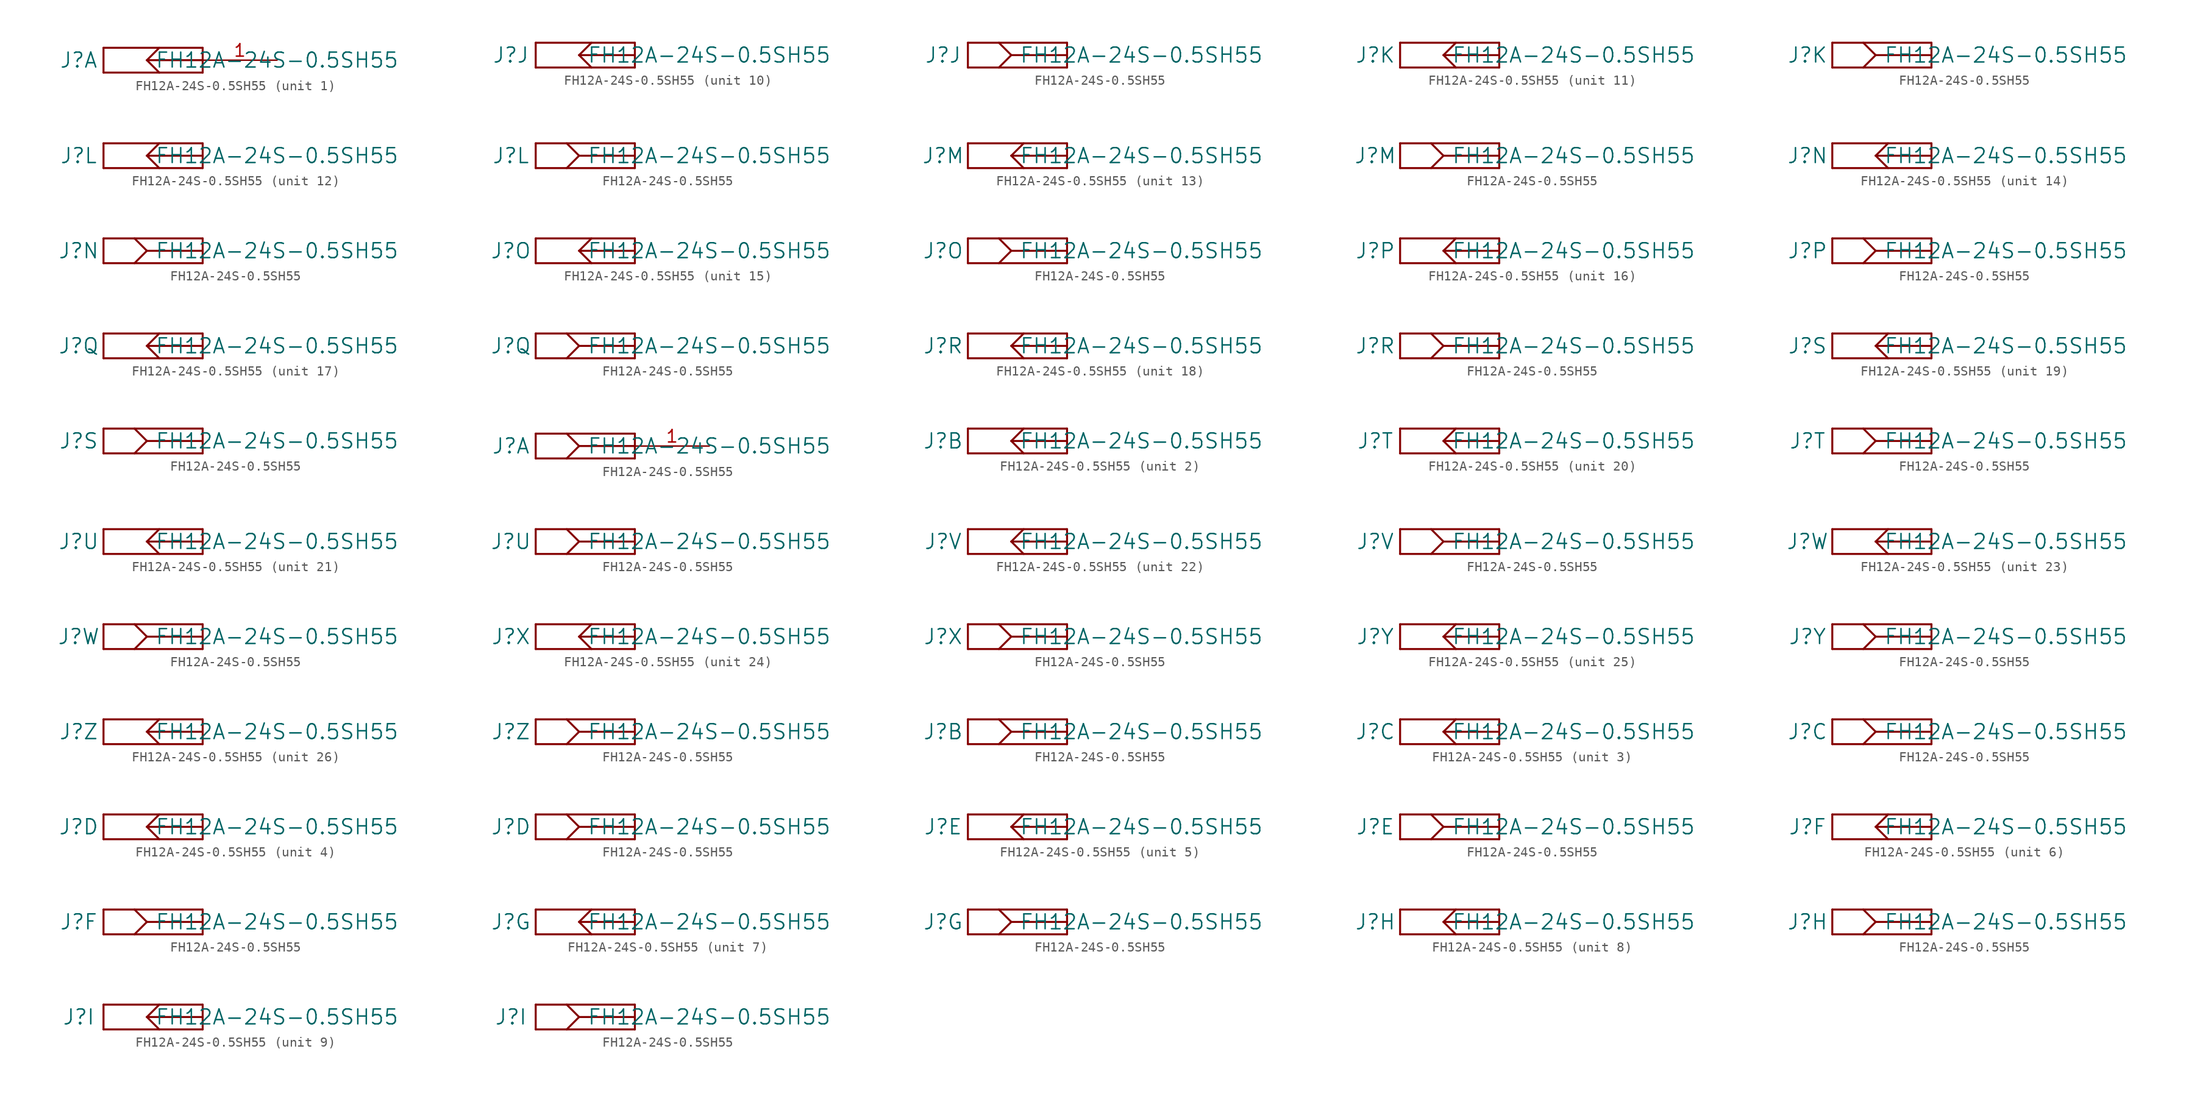
<source format=kicad_sym>
(kicad_symbol_lib
  (version 20211014)
  (generator kicad_symbol_editor)
  (symbol "FH12A-24S-0.5SH55"
    (pin_names
      (offset 0.254))
    (property "Reference" "J"
      (at -20.32 0 0)
      (effects (font (size 1.524 1.524))))
    (property "Value" "FH12A-24S-0.5SH55"
      (at 0 0 0)
      (effects (font (size 1.524 1.524))))
    (symbol "FH12A-24S-0.5SH55_1_1"
      (polyline (pts (xy -17.78 -1.27) (xy -17.78 1.27)) (stroke (width 0.203) (type default) (color 0 0 0 0)) (fill (type none)))
      (polyline (pts (xy -7.62 1.27) (xy -7.62 -1.27)) (stroke (width 0.203) (type default) (color 0 0 0 0)) (fill (type none)))
      (polyline (pts (xy -13.335 0) (xy -12.065 1.27)) (stroke (width 0.203) (type default) (color 0 0 0 0)) (fill (type none)))
      (polyline (pts (xy -13.335 0) (xy -12.065 -1.27)) (stroke (width 0.203) (type default) (color 0 0 0 0)) (fill (type none)))
      (polyline (pts (xy -13.335 0) (xy -7.62 0)) (stroke (width 0.203) (type default) (color 0 0 0 0)) (fill (type none)))
      (polyline (pts (xy -17.78 1.27) (xy -7.62 1.27)) (stroke (width 0.203) (type default) (color 0 0 0 0)) (fill (type none)))
      (polyline (pts (xy -7.62 -1.27) (xy -17.78 -1.27)) (stroke (width 0.203) (type default) (color 0 0 0 0)) (fill (type none)))
      (pin unspecified line (at 0 0 180) (length 7.62) (name "" (effects (font (size 1.27 1.27)))) (number "1" (effects (font (size 1.27 1.27))))))
    (symbol "FH12A-24S-0.5SH55_1_2"
      (polyline (pts (xy -13.335 0) (xy -14.605 1.27)) (stroke (width 0.203) (type default) (color 0 0 0 0)) (fill (type none)))
      (polyline (pts (xy -17.78 -1.27) (xy -17.78 1.27)) (stroke (width 0.203) (type default) (color 0 0 0 0)) (fill (type none)))
      (polyline (pts (xy -13.335 0) (xy -14.605 -1.27)) (stroke (width 0.203) (type default) (color 0 0 0 0)) (fill (type none)))
      (polyline (pts (xy -7.62 1.27) (xy -7.62 -1.27)) (stroke (width 0.203) (type default) (color 0 0 0 0)) (fill (type none)))
      (polyline (pts (xy -13.335 0) (xy -7.62 0)) (stroke (width 0.203) (type default) (color 0 0 0 0)) (fill (type none)))
      (polyline (pts (xy -17.78 1.27) (xy -7.62 1.27)) (stroke (width 0.203) (type default) (color 0 0 0 0)) (fill (type none)))
      (polyline (pts (xy -7.62 -1.27) (xy -17.78 -1.27)) (stroke (width 0.203) (type default) (color 0 0 0 0)) (fill (type none)))
      (pin unspecified line (at 0 0 180) (length 7.62) (name "" (effects (font (size 1.27 1.27)))) (number "1" (effects (font (size 1.27 1.27))))))
    (symbol "FH12A-24S-0.5SH55_2_1"
      (polyline (pts (xy -17.78 -1.27) (xy -17.78 1.27)) (stroke (width 0.203) (type default) (color 0 0 0 0)) (fill (type none)))
      (polyline (pts (xy -7.62 1.27) (xy -7.62 -1.27)) (stroke (width 0.203) (type default) (color 0 0 0 0)) (fill (type none)))
      (polyline (pts (xy -13.335 0) (xy -12.065 1.27)) (stroke (width 0.203) (type default) (color 0 0 0 0)) (fill (type none)))
      (polyline (pts (xy -13.335 0) (xy -12.065 -1.27)) (stroke (width 0.203) (type default) (color 0 0 0 0)) (fill (type none)))
      (polyline (pts (xy -13.335 0) (xy -7.62 0)) (stroke (width 0.203) (type default) (color 0 0 0 0)) (fill (type none)))
      (polyline (pts (xy -17.78 1.27) (xy -7.62 1.27)) (stroke (width 0.203) (type default) (color 0 0 0 0)) (fill (type none)))
      (polyline (pts (xy -7.62 -1.27) (xy -17.78 -1.27)) (stroke (width 0.203) (type default) (color 0 0 0 0)) (fill (type none))))
    (symbol "FH12A-24S-0.5SH55_2_2"
      (polyline (pts (xy -13.335 0) (xy -14.605 1.27)) (stroke (width 0.203) (type default) (color 0 0 0 0)) (fill (type none)))
      (polyline (pts (xy -17.78 -1.27) (xy -17.78 1.27)) (stroke (width 0.203) (type default) (color 0 0 0 0)) (fill (type none)))
      (polyline (pts (xy -13.335 0) (xy -14.605 -1.27)) (stroke (width 0.203) (type default) (color 0 0 0 0)) (fill (type none)))
      (polyline (pts (xy -7.62 1.27) (xy -7.62 -1.27)) (stroke (width 0.203) (type default) (color 0 0 0 0)) (fill (type none)))
      (polyline (pts (xy -13.335 0) (xy -7.62 0)) (stroke (width 0.203) (type default) (color 0 0 0 0)) (fill (type none)))
      (polyline (pts (xy -17.78 1.27) (xy -7.62 1.27)) (stroke (width 0.203) (type default) (color 0 0 0 0)) (fill (type none)))
      (polyline (pts (xy -7.62 -1.27) (xy -17.78 -1.27)) (stroke (width 0.203) (type default) (color 0 0 0 0)) (fill (type none))))
    (symbol "FH12A-24S-0.5SH55_3_1"
      (polyline (pts (xy -17.78 -1.27) (xy -17.78 1.27)) (stroke (width 0.203) (type default) (color 0 0 0 0)) (fill (type none)))
      (polyline (pts (xy -7.62 1.27) (xy -7.62 -1.27)) (stroke (width 0.203) (type default) (color 0 0 0 0)) (fill (type none)))
      (polyline (pts (xy -13.335 0) (xy -12.065 1.27)) (stroke (width 0.203) (type default) (color 0 0 0 0)) (fill (type none)))
      (polyline (pts (xy -13.335 0) (xy -12.065 -1.27)) (stroke (width 0.203) (type default) (color 0 0 0 0)) (fill (type none)))
      (polyline (pts (xy -13.335 0) (xy -7.62 0)) (stroke (width 0.203) (type default) (color 0 0 0 0)) (fill (type none)))
      (polyline (pts (xy -17.78 1.27) (xy -7.62 1.27)) (stroke (width 0.203) (type default) (color 0 0 0 0)) (fill (type none)))
      (polyline (pts (xy -7.62 -1.27) (xy -17.78 -1.27)) (stroke (width 0.203) (type default) (color 0 0 0 0)) (fill (type none))))
    (symbol "FH12A-24S-0.5SH55_3_2"
      (polyline (pts (xy -13.335 0) (xy -14.605 1.27)) (stroke (width 0.203) (type default) (color 0 0 0 0)) (fill (type none)))
      (polyline (pts (xy -17.78 -1.27) (xy -17.78 1.27)) (stroke (width 0.203) (type default) (color 0 0 0 0)) (fill (type none)))
      (polyline (pts (xy -13.335 0) (xy -14.605 -1.27)) (stroke (width 0.203) (type default) (color 0 0 0 0)) (fill (type none)))
      (polyline (pts (xy -7.62 1.27) (xy -7.62 -1.27)) (stroke (width 0.203) (type default) (color 0 0 0 0)) (fill (type none)))
      (polyline (pts (xy -13.335 0) (xy -7.62 0)) (stroke (width 0.203) (type default) (color 0 0 0 0)) (fill (type none)))
      (polyline (pts (xy -17.78 1.27) (xy -7.62 1.27)) (stroke (width 0.203) (type default) (color 0 0 0 0)) (fill (type none)))
      (polyline (pts (xy -7.62 -1.27) (xy -17.78 -1.27)) (stroke (width 0.203) (type default) (color 0 0 0 0)) (fill (type none))))
    (symbol "FH12A-24S-0.5SH55_4_1"
      (polyline (pts (xy -17.78 -1.27) (xy -17.78 1.27)) (stroke (width 0.203) (type default) (color 0 0 0 0)) (fill (type none)))
      (polyline (pts (xy -7.62 1.27) (xy -7.62 -1.27)) (stroke (width 0.203) (type default) (color 0 0 0 0)) (fill (type none)))
      (polyline (pts (xy -13.335 0) (xy -12.065 1.27)) (stroke (width 0.203) (type default) (color 0 0 0 0)) (fill (type none)))
      (polyline (pts (xy -13.335 0) (xy -12.065 -1.27)) (stroke (width 0.203) (type default) (color 0 0 0 0)) (fill (type none)))
      (polyline (pts (xy -13.335 0) (xy -7.62 0)) (stroke (width 0.203) (type default) (color 0 0 0 0)) (fill (type none)))
      (polyline (pts (xy -17.78 1.27) (xy -7.62 1.27)) (stroke (width 0.203) (type default) (color 0 0 0 0)) (fill (type none)))
      (polyline (pts (xy -7.62 -1.27) (xy -17.78 -1.27)) (stroke (width 0.203) (type default) (color 0 0 0 0)) (fill (type none))))
    (symbol "FH12A-24S-0.5SH55_4_2"
      (polyline (pts (xy -13.335 0) (xy -14.605 1.27)) (stroke (width 0.203) (type default) (color 0 0 0 0)) (fill (type none)))
      (polyline (pts (xy -17.78 -1.27) (xy -17.78 1.27)) (stroke (width 0.203) (type default) (color 0 0 0 0)) (fill (type none)))
      (polyline (pts (xy -13.335 0) (xy -14.605 -1.27)) (stroke (width 0.203) (type default) (color 0 0 0 0)) (fill (type none)))
      (polyline (pts (xy -7.62 1.27) (xy -7.62 -1.27)) (stroke (width 0.203) (type default) (color 0 0 0 0)) (fill (type none)))
      (polyline (pts (xy -13.335 0) (xy -7.62 0)) (stroke (width 0.203) (type default) (color 0 0 0 0)) (fill (type none)))
      (polyline (pts (xy -17.78 1.27) (xy -7.62 1.27)) (stroke (width 0.203) (type default) (color 0 0 0 0)) (fill (type none)))
      (polyline (pts (xy -7.62 -1.27) (xy -17.78 -1.27)) (stroke (width 0.203) (type default) (color 0 0 0 0)) (fill (type none))))
    (symbol "FH12A-24S-0.5SH55_5_1"
      (polyline (pts (xy -17.78 -1.27) (xy -17.78 1.27)) (stroke (width 0.203) (type default) (color 0 0 0 0)) (fill (type none)))
      (polyline (pts (xy -7.62 1.27) (xy -7.62 -1.27)) (stroke (width 0.203) (type default) (color 0 0 0 0)) (fill (type none)))
      (polyline (pts (xy -13.335 0) (xy -12.065 1.27)) (stroke (width 0.203) (type default) (color 0 0 0 0)) (fill (type none)))
      (polyline (pts (xy -13.335 0) (xy -12.065 -1.27)) (stroke (width 0.203) (type default) (color 0 0 0 0)) (fill (type none)))
      (polyline (pts (xy -13.335 0) (xy -7.62 0)) (stroke (width 0.203) (type default) (color 0 0 0 0)) (fill (type none)))
      (polyline (pts (xy -17.78 1.27) (xy -7.62 1.27)) (stroke (width 0.203) (type default) (color 0 0 0 0)) (fill (type none)))
      (polyline (pts (xy -7.62 -1.27) (xy -17.78 -1.27)) (stroke (width 0.203) (type default) (color 0 0 0 0)) (fill (type none))))
    (symbol "FH12A-24S-0.5SH55_5_2"
      (polyline (pts (xy -13.335 0) (xy -14.605 1.27)) (stroke (width 0.203) (type default) (color 0 0 0 0)) (fill (type none)))
      (polyline (pts (xy -17.78 -1.27) (xy -17.78 1.27)) (stroke (width 0.203) (type default) (color 0 0 0 0)) (fill (type none)))
      (polyline (pts (xy -13.335 0) (xy -14.605 -1.27)) (stroke (width 0.203) (type default) (color 0 0 0 0)) (fill (type none)))
      (polyline (pts (xy -7.62 1.27) (xy -7.62 -1.27)) (stroke (width 0.203) (type default) (color 0 0 0 0)) (fill (type none)))
      (polyline (pts (xy -13.335 0) (xy -7.62 0)) (stroke (width 0.203) (type default) (color 0 0 0 0)) (fill (type none)))
      (polyline (pts (xy -17.78 1.27) (xy -7.62 1.27)) (stroke (width 0.203) (type default) (color 0 0 0 0)) (fill (type none)))
      (polyline (pts (xy -7.62 -1.27) (xy -17.78 -1.27)) (stroke (width 0.203) (type default) (color 0 0 0 0)) (fill (type none))))
    (symbol "FH12A-24S-0.5SH55_6_1"
      (polyline (pts (xy -17.78 -1.27) (xy -17.78 1.27)) (stroke (width 0.203) (type default) (color 0 0 0 0)) (fill (type none)))
      (polyline (pts (xy -7.62 1.27) (xy -7.62 -1.27)) (stroke (width 0.203) (type default) (color 0 0 0 0)) (fill (type none)))
      (polyline (pts (xy -13.335 0) (xy -12.065 1.27)) (stroke (width 0.203) (type default) (color 0 0 0 0)) (fill (type none)))
      (polyline (pts (xy -13.335 0) (xy -12.065 -1.27)) (stroke (width 0.203) (type default) (color 0 0 0 0)) (fill (type none)))
      (polyline (pts (xy -13.335 0) (xy -7.62 0)) (stroke (width 0.203) (type default) (color 0 0 0 0)) (fill (type none)))
      (polyline (pts (xy -17.78 1.27) (xy -7.62 1.27)) (stroke (width 0.203) (type default) (color 0 0 0 0)) (fill (type none)))
      (polyline (pts (xy -7.62 -1.27) (xy -17.78 -1.27)) (stroke (width 0.203) (type default) (color 0 0 0 0)) (fill (type none))))
    (symbol "FH12A-24S-0.5SH55_6_2"
      (polyline (pts (xy -13.335 0) (xy -14.605 1.27)) (stroke (width 0.203) (type default) (color 0 0 0 0)) (fill (type none)))
      (polyline (pts (xy -17.78 -1.27) (xy -17.78 1.27)) (stroke (width 0.203) (type default) (color 0 0 0 0)) (fill (type none)))
      (polyline (pts (xy -13.335 0) (xy -14.605 -1.27)) (stroke (width 0.203) (type default) (color 0 0 0 0)) (fill (type none)))
      (polyline (pts (xy -7.62 1.27) (xy -7.62 -1.27)) (stroke (width 0.203) (type default) (color 0 0 0 0)) (fill (type none)))
      (polyline (pts (xy -13.335 0) (xy -7.62 0)) (stroke (width 0.203) (type default) (color 0 0 0 0)) (fill (type none)))
      (polyline (pts (xy -17.78 1.27) (xy -7.62 1.27)) (stroke (width 0.203) (type default) (color 0 0 0 0)) (fill (type none)))
      (polyline (pts (xy -7.62 -1.27) (xy -17.78 -1.27)) (stroke (width 0.203) (type default) (color 0 0 0 0)) (fill (type none))))
    (symbol "FH12A-24S-0.5SH55_7_1"
      (polyline (pts (xy -17.78 -1.27) (xy -17.78 1.27)) (stroke (width 0.203) (type default) (color 0 0 0 0)) (fill (type none)))
      (polyline (pts (xy -7.62 1.27) (xy -7.62 -1.27)) (stroke (width 0.203) (type default) (color 0 0 0 0)) (fill (type none)))
      (polyline (pts (xy -13.335 0) (xy -12.065 1.27)) (stroke (width 0.203) (type default) (color 0 0 0 0)) (fill (type none)))
      (polyline (pts (xy -13.335 0) (xy -12.065 -1.27)) (stroke (width 0.203) (type default) (color 0 0 0 0)) (fill (type none)))
      (polyline (pts (xy -13.335 0) (xy -7.62 0)) (stroke (width 0.203) (type default) (color 0 0 0 0)) (fill (type none)))
      (polyline (pts (xy -17.78 1.27) (xy -7.62 1.27)) (stroke (width 0.203) (type default) (color 0 0 0 0)) (fill (type none)))
      (polyline (pts (xy -7.62 -1.27) (xy -17.78 -1.27)) (stroke (width 0.203) (type default) (color 0 0 0 0)) (fill (type none))))
    (symbol "FH12A-24S-0.5SH55_7_2"
      (polyline (pts (xy -13.335 0) (xy -14.605 1.27)) (stroke (width 0.203) (type default) (color 0 0 0 0)) (fill (type none)))
      (polyline (pts (xy -17.78 -1.27) (xy -17.78 1.27)) (stroke (width 0.203) (type default) (color 0 0 0 0)) (fill (type none)))
      (polyline (pts (xy -13.335 0) (xy -14.605 -1.27)) (stroke (width 0.203) (type default) (color 0 0 0 0)) (fill (type none)))
      (polyline (pts (xy -7.62 1.27) (xy -7.62 -1.27)) (stroke (width 0.203) (type default) (color 0 0 0 0)) (fill (type none)))
      (polyline (pts (xy -13.335 0) (xy -7.62 0)) (stroke (width 0.203) (type default) (color 0 0 0 0)) (fill (type none)))
      (polyline (pts (xy -17.78 1.27) (xy -7.62 1.27)) (stroke (width 0.203) (type default) (color 0 0 0 0)) (fill (type none)))
      (polyline (pts (xy -7.62 -1.27) (xy -17.78 -1.27)) (stroke (width 0.203) (type default) (color 0 0 0 0)) (fill (type none))))
    (symbol "FH12A-24S-0.5SH55_8_1"
      (polyline (pts (xy -17.78 -1.27) (xy -17.78 1.27)) (stroke (width 0.203) (type default) (color 0 0 0 0)) (fill (type none)))
      (polyline (pts (xy -7.62 1.27) (xy -7.62 -1.27)) (stroke (width 0.203) (type default) (color 0 0 0 0)) (fill (type none)))
      (polyline (pts (xy -13.335 0) (xy -12.065 1.27)) (stroke (width 0.203) (type default) (color 0 0 0 0)) (fill (type none)))
      (polyline (pts (xy -13.335 0) (xy -12.065 -1.27)) (stroke (width 0.203) (type default) (color 0 0 0 0)) (fill (type none)))
      (polyline (pts (xy -13.335 0) (xy -7.62 0)) (stroke (width 0.203) (type default) (color 0 0 0 0)) (fill (type none)))
      (polyline (pts (xy -17.78 1.27) (xy -7.62 1.27)) (stroke (width 0.203) (type default) (color 0 0 0 0)) (fill (type none)))
      (polyline (pts (xy -7.62 -1.27) (xy -17.78 -1.27)) (stroke (width 0.203) (type default) (color 0 0 0 0)) (fill (type none))))
    (symbol "FH12A-24S-0.5SH55_8_2"
      (polyline (pts (xy -13.335 0) (xy -14.605 1.27)) (stroke (width 0.203) (type default) (color 0 0 0 0)) (fill (type none)))
      (polyline (pts (xy -17.78 -1.27) (xy -17.78 1.27)) (stroke (width 0.203) (type default) (color 0 0 0 0)) (fill (type none)))
      (polyline (pts (xy -13.335 0) (xy -14.605 -1.27)) (stroke (width 0.203) (type default) (color 0 0 0 0)) (fill (type none)))
      (polyline (pts (xy -7.62 1.27) (xy -7.62 -1.27)) (stroke (width 0.203) (type default) (color 0 0 0 0)) (fill (type none)))
      (polyline (pts (xy -13.335 0) (xy -7.62 0)) (stroke (width 0.203) (type default) (color 0 0 0 0)) (fill (type none)))
      (polyline (pts (xy -17.78 1.27) (xy -7.62 1.27)) (stroke (width 0.203) (type default) (color 0 0 0 0)) (fill (type none)))
      (polyline (pts (xy -7.62 -1.27) (xy -17.78 -1.27)) (stroke (width 0.203) (type default) (color 0 0 0 0)) (fill (type none))))
    (symbol "FH12A-24S-0.5SH55_9_1"
      (polyline (pts (xy -17.78 -1.27) (xy -17.78 1.27)) (stroke (width 0.203) (type default) (color 0 0 0 0)) (fill (type none)))
      (polyline (pts (xy -7.62 1.27) (xy -7.62 -1.27)) (stroke (width 0.203) (type default) (color 0 0 0 0)) (fill (type none)))
      (polyline (pts (xy -13.335 0) (xy -12.065 1.27)) (stroke (width 0.203) (type default) (color 0 0 0 0)) (fill (type none)))
      (polyline (pts (xy -13.335 0) (xy -12.065 -1.27)) (stroke (width 0.203) (type default) (color 0 0 0 0)) (fill (type none)))
      (polyline (pts (xy -13.335 0) (xy -7.62 0)) (stroke (width 0.203) (type default) (color 0 0 0 0)) (fill (type none)))
      (polyline (pts (xy -17.78 1.27) (xy -7.62 1.27)) (stroke (width 0.203) (type default) (color 0 0 0 0)) (fill (type none)))
      (polyline (pts (xy -7.62 -1.27) (xy -17.78 -1.27)) (stroke (width 0.203) (type default) (color 0 0 0 0)) (fill (type none))))
    (symbol "FH12A-24S-0.5SH55_9_2"
      (polyline (pts (xy -13.335 0) (xy -14.605 1.27)) (stroke (width 0.203) (type default) (color 0 0 0 0)) (fill (type none)))
      (polyline (pts (xy -17.78 -1.27) (xy -17.78 1.27)) (stroke (width 0.203) (type default) (color 0 0 0 0)) (fill (type none)))
      (polyline (pts (xy -13.335 0) (xy -14.605 -1.27)) (stroke (width 0.203) (type default) (color 0 0 0 0)) (fill (type none)))
      (polyline (pts (xy -7.62 1.27) (xy -7.62 -1.27)) (stroke (width 0.203) (type default) (color 0 0 0 0)) (fill (type none)))
      (polyline (pts (xy -13.335 0) (xy -7.62 0)) (stroke (width 0.203) (type default) (color 0 0 0 0)) (fill (type none)))
      (polyline (pts (xy -17.78 1.27) (xy -7.62 1.27)) (stroke (width 0.203) (type default) (color 0 0 0 0)) (fill (type none)))
      (polyline (pts (xy -7.62 -1.27) (xy -17.78 -1.27)) (stroke (width 0.203) (type default) (color 0 0 0 0)) (fill (type none))))
    (symbol "FH12A-24S-0.5SH55_10_1"
      (polyline (pts (xy -17.78 -1.27) (xy -17.78 1.27)) (stroke (width 0.203) (type default) (color 0 0 0 0)) (fill (type none)))
      (polyline (pts (xy -7.62 1.27) (xy -7.62 -1.27)) (stroke (width 0.203) (type default) (color 0 0 0 0)) (fill (type none)))
      (polyline (pts (xy -13.335 0) (xy -12.065 1.27)) (stroke (width 0.203) (type default) (color 0 0 0 0)) (fill (type none)))
      (polyline (pts (xy -13.335 0) (xy -12.065 -1.27)) (stroke (width 0.203) (type default) (color 0 0 0 0)) (fill (type none)))
      (polyline (pts (xy -13.335 0) (xy -7.62 0)) (stroke (width 0.203) (type default) (color 0 0 0 0)) (fill (type none)))
      (polyline (pts (xy -17.78 1.27) (xy -7.62 1.27)) (stroke (width 0.203) (type default) (color 0 0 0 0)) (fill (type none)))
      (polyline (pts (xy -7.62 -1.27) (xy -17.78 -1.27)) (stroke (width 0.203) (type default) (color 0 0 0 0)) (fill (type none))))
    (symbol "FH12A-24S-0.5SH55_10_2"
      (polyline (pts (xy -13.335 0) (xy -14.605 1.27)) (stroke (width 0.203) (type default) (color 0 0 0 0)) (fill (type none)))
      (polyline (pts (xy -17.78 -1.27) (xy -17.78 1.27)) (stroke (width 0.203) (type default) (color 0 0 0 0)) (fill (type none)))
      (polyline (pts (xy -13.335 0) (xy -14.605 -1.27)) (stroke (width 0.203) (type default) (color 0 0 0 0)) (fill (type none)))
      (polyline (pts (xy -7.62 1.27) (xy -7.62 -1.27)) (stroke (width 0.203) (type default) (color 0 0 0 0)) (fill (type none)))
      (polyline (pts (xy -13.335 0) (xy -7.62 0)) (stroke (width 0.203) (type default) (color 0 0 0 0)) (fill (type none)))
      (polyline (pts (xy -17.78 1.27) (xy -7.62 1.27)) (stroke (width 0.203) (type default) (color 0 0 0 0)) (fill (type none)))
      (polyline (pts (xy -7.62 -1.27) (xy -17.78 -1.27)) (stroke (width 0.203) (type default) (color 0 0 0 0)) (fill (type none))))
    (symbol "FH12A-24S-0.5SH55_11_1"
      (polyline (pts (xy -17.78 -1.27) (xy -17.78 1.27)) (stroke (width 0.203) (type default) (color 0 0 0 0)) (fill (type none)))
      (polyline (pts (xy -7.62 1.27) (xy -7.62 -1.27)) (stroke (width 0.203) (type default) (color 0 0 0 0)) (fill (type none)))
      (polyline (pts (xy -13.335 0) (xy -12.065 1.27)) (stroke (width 0.203) (type default) (color 0 0 0 0)) (fill (type none)))
      (polyline (pts (xy -13.335 0) (xy -12.065 -1.27)) (stroke (width 0.203) (type default) (color 0 0 0 0)) (fill (type none)))
      (polyline (pts (xy -13.335 0) (xy -7.62 0)) (stroke (width 0.203) (type default) (color 0 0 0 0)) (fill (type none)))
      (polyline (pts (xy -17.78 1.27) (xy -7.62 1.27)) (stroke (width 0.203) (type default) (color 0 0 0 0)) (fill (type none)))
      (polyline (pts (xy -7.62 -1.27) (xy -17.78 -1.27)) (stroke (width 0.203) (type default) (color 0 0 0 0)) (fill (type none))))
    (symbol "FH12A-24S-0.5SH55_11_2"
      (polyline (pts (xy -13.335 0) (xy -14.605 1.27)) (stroke (width 0.203) (type default) (color 0 0 0 0)) (fill (type none)))
      (polyline (pts (xy -17.78 -1.27) (xy -17.78 1.27)) (stroke (width 0.203) (type default) (color 0 0 0 0)) (fill (type none)))
      (polyline (pts (xy -13.335 0) (xy -14.605 -1.27)) (stroke (width 0.203) (type default) (color 0 0 0 0)) (fill (type none)))
      (polyline (pts (xy -7.62 1.27) (xy -7.62 -1.27)) (stroke (width 0.203) (type default) (color 0 0 0 0)) (fill (type none)))
      (polyline (pts (xy -13.335 0) (xy -7.62 0)) (stroke (width 0.203) (type default) (color 0 0 0 0)) (fill (type none)))
      (polyline (pts (xy -17.78 1.27) (xy -7.62 1.27)) (stroke (width 0.203) (type default) (color 0 0 0 0)) (fill (type none)))
      (polyline (pts (xy -7.62 -1.27) (xy -17.78 -1.27)) (stroke (width 0.203) (type default) (color 0 0 0 0)) (fill (type none))))
    (symbol "FH12A-24S-0.5SH55_12_1"
      (polyline (pts (xy -17.78 -1.27) (xy -17.78 1.27)) (stroke (width 0.203) (type default) (color 0 0 0 0)) (fill (type none)))
      (polyline (pts (xy -7.62 1.27) (xy -7.62 -1.27)) (stroke (width 0.203) (type default) (color 0 0 0 0)) (fill (type none)))
      (polyline (pts (xy -13.335 0) (xy -12.065 1.27)) (stroke (width 0.203) (type default) (color 0 0 0 0)) (fill (type none)))
      (polyline (pts (xy -13.335 0) (xy -12.065 -1.27)) (stroke (width 0.203) (type default) (color 0 0 0 0)) (fill (type none)))
      (polyline (pts (xy -13.335 0) (xy -7.62 0)) (stroke (width 0.203) (type default) (color 0 0 0 0)) (fill (type none)))
      (polyline (pts (xy -17.78 1.27) (xy -7.62 1.27)) (stroke (width 0.203) (type default) (color 0 0 0 0)) (fill (type none)))
      (polyline (pts (xy -7.62 -1.27) (xy -17.78 -1.27)) (stroke (width 0.203) (type default) (color 0 0 0 0)) (fill (type none))))
    (symbol "FH12A-24S-0.5SH55_12_2"
      (polyline (pts (xy -13.335 0) (xy -14.605 1.27)) (stroke (width 0.203) (type default) (color 0 0 0 0)) (fill (type none)))
      (polyline (pts (xy -17.78 -1.27) (xy -17.78 1.27)) (stroke (width 0.203) (type default) (color 0 0 0 0)) (fill (type none)))
      (polyline (pts (xy -13.335 0) (xy -14.605 -1.27)) (stroke (width 0.203) (type default) (color 0 0 0 0)) (fill (type none)))
      (polyline (pts (xy -7.62 1.27) (xy -7.62 -1.27)) (stroke (width 0.203) (type default) (color 0 0 0 0)) (fill (type none)))
      (polyline (pts (xy -13.335 0) (xy -7.62 0)) (stroke (width 0.203) (type default) (color 0 0 0 0)) (fill (type none)))
      (polyline (pts (xy -17.78 1.27) (xy -7.62 1.27)) (stroke (width 0.203) (type default) (color 0 0 0 0)) (fill (type none)))
      (polyline (pts (xy -7.62 -1.27) (xy -17.78 -1.27)) (stroke (width 0.203) (type default) (color 0 0 0 0)) (fill (type none))))
    (symbol "FH12A-24S-0.5SH55_13_1"
      (polyline (pts (xy -17.78 -1.27) (xy -17.78 1.27)) (stroke (width 0.203) (type default) (color 0 0 0 0)) (fill (type none)))
      (polyline (pts (xy -7.62 1.27) (xy -7.62 -1.27)) (stroke (width 0.203) (type default) (color 0 0 0 0)) (fill (type none)))
      (polyline (pts (xy -13.335 0) (xy -12.065 1.27)) (stroke (width 0.203) (type default) (color 0 0 0 0)) (fill (type none)))
      (polyline (pts (xy -13.335 0) (xy -12.065 -1.27)) (stroke (width 0.203) (type default) (color 0 0 0 0)) (fill (type none)))
      (polyline (pts (xy -13.335 0) (xy -7.62 0)) (stroke (width 0.203) (type default) (color 0 0 0 0)) (fill (type none)))
      (polyline (pts (xy -17.78 1.27) (xy -7.62 1.27)) (stroke (width 0.203) (type default) (color 0 0 0 0)) (fill (type none)))
      (polyline (pts (xy -7.62 -1.27) (xy -17.78 -1.27)) (stroke (width 0.203) (type default) (color 0 0 0 0)) (fill (type none))))
    (symbol "FH12A-24S-0.5SH55_13_2"
      (polyline (pts (xy -13.335 0) (xy -14.605 1.27)) (stroke (width 0.203) (type default) (color 0 0 0 0)) (fill (type none)))
      (polyline (pts (xy -17.78 -1.27) (xy -17.78 1.27)) (stroke (width 0.203) (type default) (color 0 0 0 0)) (fill (type none)))
      (polyline (pts (xy -13.335 0) (xy -14.605 -1.27)) (stroke (width 0.203) (type default) (color 0 0 0 0)) (fill (type none)))
      (polyline (pts (xy -7.62 1.27) (xy -7.62 -1.27)) (stroke (width 0.203) (type default) (color 0 0 0 0)) (fill (type none)))
      (polyline (pts (xy -13.335 0) (xy -7.62 0)) (stroke (width 0.203) (type default) (color 0 0 0 0)) (fill (type none)))
      (polyline (pts (xy -17.78 1.27) (xy -7.62 1.27)) (stroke (width 0.203) (type default) (color 0 0 0 0)) (fill (type none)))
      (polyline (pts (xy -7.62 -1.27) (xy -17.78 -1.27)) (stroke (width 0.203) (type default) (color 0 0 0 0)) (fill (type none))))
    (symbol "FH12A-24S-0.5SH55_14_1"
      (polyline (pts (xy -17.78 -1.27) (xy -17.78 1.27)) (stroke (width 0.203) (type default) (color 0 0 0 0)) (fill (type none)))
      (polyline (pts (xy -7.62 1.27) (xy -7.62 -1.27)) (stroke (width 0.203) (type default) (color 0 0 0 0)) (fill (type none)))
      (polyline (pts (xy -13.335 0) (xy -12.065 1.27)) (stroke (width 0.203) (type default) (color 0 0 0 0)) (fill (type none)))
      (polyline (pts (xy -13.335 0) (xy -12.065 -1.27)) (stroke (width 0.203) (type default) (color 0 0 0 0)) (fill (type none)))
      (polyline (pts (xy -13.335 0) (xy -7.62 0)) (stroke (width 0.203) (type default) (color 0 0 0 0)) (fill (type none)))
      (polyline (pts (xy -17.78 1.27) (xy -7.62 1.27)) (stroke (width 0.203) (type default) (color 0 0 0 0)) (fill (type none)))
      (polyline (pts (xy -7.62 -1.27) (xy -17.78 -1.27)) (stroke (width 0.203) (type default) (color 0 0 0 0)) (fill (type none))))
    (symbol "FH12A-24S-0.5SH55_14_2"
      (polyline (pts (xy -13.335 0) (xy -14.605 1.27)) (stroke (width 0.203) (type default) (color 0 0 0 0)) (fill (type none)))
      (polyline (pts (xy -17.78 -1.27) (xy -17.78 1.27)) (stroke (width 0.203) (type default) (color 0 0 0 0)) (fill (type none)))
      (polyline (pts (xy -13.335 0) (xy -14.605 -1.27)) (stroke (width 0.203) (type default) (color 0 0 0 0)) (fill (type none)))
      (polyline (pts (xy -7.62 1.27) (xy -7.62 -1.27)) (stroke (width 0.203) (type default) (color 0 0 0 0)) (fill (type none)))
      (polyline (pts (xy -13.335 0) (xy -7.62 0)) (stroke (width 0.203) (type default) (color 0 0 0 0)) (fill (type none)))
      (polyline (pts (xy -17.78 1.27) (xy -7.62 1.27)) (stroke (width 0.203) (type default) (color 0 0 0 0)) (fill (type none)))
      (polyline (pts (xy -7.62 -1.27) (xy -17.78 -1.27)) (stroke (width 0.203) (type default) (color 0 0 0 0)) (fill (type none))))
    (symbol "FH12A-24S-0.5SH55_15_1"
      (polyline (pts (xy -17.78 -1.27) (xy -17.78 1.27)) (stroke (width 0.203) (type default) (color 0 0 0 0)) (fill (type none)))
      (polyline (pts (xy -7.62 1.27) (xy -7.62 -1.27)) (stroke (width 0.203) (type default) (color 0 0 0 0)) (fill (type none)))
      (polyline (pts (xy -13.335 0) (xy -12.065 1.27)) (stroke (width 0.203) (type default) (color 0 0 0 0)) (fill (type none)))
      (polyline (pts (xy -13.335 0) (xy -12.065 -1.27)) (stroke (width 0.203) (type default) (color 0 0 0 0)) (fill (type none)))
      (polyline (pts (xy -13.335 0) (xy -7.62 0)) (stroke (width 0.203) (type default) (color 0 0 0 0)) (fill (type none)))
      (polyline (pts (xy -17.78 1.27) (xy -7.62 1.27)) (stroke (width 0.203) (type default) (color 0 0 0 0)) (fill (type none)))
      (polyline (pts (xy -7.62 -1.27) (xy -17.78 -1.27)) (stroke (width 0.203) (type default) (color 0 0 0 0)) (fill (type none))))
    (symbol "FH12A-24S-0.5SH55_15_2"
      (polyline (pts (xy -13.335 0) (xy -14.605 1.27)) (stroke (width 0.203) (type default) (color 0 0 0 0)) (fill (type none)))
      (polyline (pts (xy -17.78 -1.27) (xy -17.78 1.27)) (stroke (width 0.203) (type default) (color 0 0 0 0)) (fill (type none)))
      (polyline (pts (xy -13.335 0) (xy -14.605 -1.27)) (stroke (width 0.203) (type default) (color 0 0 0 0)) (fill (type none)))
      (polyline (pts (xy -7.62 1.27) (xy -7.62 -1.27)) (stroke (width 0.203) (type default) (color 0 0 0 0)) (fill (type none)))
      (polyline (pts (xy -13.335 0) (xy -7.62 0)) (stroke (width 0.203) (type default) (color 0 0 0 0)) (fill (type none)))
      (polyline (pts (xy -17.78 1.27) (xy -7.62 1.27)) (stroke (width 0.203) (type default) (color 0 0 0 0)) (fill (type none)))
      (polyline (pts (xy -7.62 -1.27) (xy -17.78 -1.27)) (stroke (width 0.203) (type default) (color 0 0 0 0)) (fill (type none))))
    (symbol "FH12A-24S-0.5SH55_16_1"
      (polyline (pts (xy -17.78 -1.27) (xy -17.78 1.27)) (stroke (width 0.203) (type default) (color 0 0 0 0)) (fill (type none)))
      (polyline (pts (xy -7.62 1.27) (xy -7.62 -1.27)) (stroke (width 0.203) (type default) (color 0 0 0 0)) (fill (type none)))
      (polyline (pts (xy -13.335 0) (xy -12.065 1.27)) (stroke (width 0.203) (type default) (color 0 0 0 0)) (fill (type none)))
      (polyline (pts (xy -13.335 0) (xy -12.065 -1.27)) (stroke (width 0.203) (type default) (color 0 0 0 0)) (fill (type none)))
      (polyline (pts (xy -13.335 0) (xy -7.62 0)) (stroke (width 0.203) (type default) (color 0 0 0 0)) (fill (type none)))
      (polyline (pts (xy -17.78 1.27) (xy -7.62 1.27)) (stroke (width 0.203) (type default) (color 0 0 0 0)) (fill (type none)))
      (polyline (pts (xy -7.62 -1.27) (xy -17.78 -1.27)) (stroke (width 0.203) (type default) (color 0 0 0 0)) (fill (type none))))
    (symbol "FH12A-24S-0.5SH55_16_2"
      (polyline (pts (xy -13.335 0) (xy -14.605 1.27)) (stroke (width 0.203) (type default) (color 0 0 0 0)) (fill (type none)))
      (polyline (pts (xy -17.78 -1.27) (xy -17.78 1.27)) (stroke (width 0.203) (type default) (color 0 0 0 0)) (fill (type none)))
      (polyline (pts (xy -13.335 0) (xy -14.605 -1.27)) (stroke (width 0.203) (type default) (color 0 0 0 0)) (fill (type none)))
      (polyline (pts (xy -7.62 1.27) (xy -7.62 -1.27)) (stroke (width 0.203) (type default) (color 0 0 0 0)) (fill (type none)))
      (polyline (pts (xy -13.335 0) (xy -7.62 0)) (stroke (width 0.203) (type default) (color 0 0 0 0)) (fill (type none)))
      (polyline (pts (xy -17.78 1.27) (xy -7.62 1.27)) (stroke (width 0.203) (type default) (color 0 0 0 0)) (fill (type none)))
      (polyline (pts (xy -7.62 -1.27) (xy -17.78 -1.27)) (stroke (width 0.203) (type default) (color 0 0 0 0)) (fill (type none))))
    (symbol "FH12A-24S-0.5SH55_17_1"
      (polyline (pts (xy -17.78 -1.27) (xy -17.78 1.27)) (stroke (width 0.203) (type default) (color 0 0 0 0)) (fill (type none)))
      (polyline (pts (xy -7.62 1.27) (xy -7.62 -1.27)) (stroke (width 0.203) (type default) (color 0 0 0 0)) (fill (type none)))
      (polyline (pts (xy -13.335 0) (xy -12.065 1.27)) (stroke (width 0.203) (type default) (color 0 0 0 0)) (fill (type none)))
      (polyline (pts (xy -13.335 0) (xy -12.065 -1.27)) (stroke (width 0.203) (type default) (color 0 0 0 0)) (fill (type none)))
      (polyline (pts (xy -13.335 0) (xy -7.62 0)) (stroke (width 0.203) (type default) (color 0 0 0 0)) (fill (type none)))
      (polyline (pts (xy -17.78 1.27) (xy -7.62 1.27)) (stroke (width 0.203) (type default) (color 0 0 0 0)) (fill (type none)))
      (polyline (pts (xy -7.62 -1.27) (xy -17.78 -1.27)) (stroke (width 0.203) (type default) (color 0 0 0 0)) (fill (type none))))
    (symbol "FH12A-24S-0.5SH55_17_2"
      (polyline (pts (xy -13.335 0) (xy -14.605 1.27)) (stroke (width 0.203) (type default) (color 0 0 0 0)) (fill (type none)))
      (polyline (pts (xy -17.78 -1.27) (xy -17.78 1.27)) (stroke (width 0.203) (type default) (color 0 0 0 0)) (fill (type none)))
      (polyline (pts (xy -13.335 0) (xy -14.605 -1.27)) (stroke (width 0.203) (type default) (color 0 0 0 0)) (fill (type none)))
      (polyline (pts (xy -7.62 1.27) (xy -7.62 -1.27)) (stroke (width 0.203) (type default) (color 0 0 0 0)) (fill (type none)))
      (polyline (pts (xy -13.335 0) (xy -7.62 0)) (stroke (width 0.203) (type default) (color 0 0 0 0)) (fill (type none)))
      (polyline (pts (xy -17.78 1.27) (xy -7.62 1.27)) (stroke (width 0.203) (type default) (color 0 0 0 0)) (fill (type none)))
      (polyline (pts (xy -7.62 -1.27) (xy -17.78 -1.27)) (stroke (width 0.203) (type default) (color 0 0 0 0)) (fill (type none))))
    (symbol "FH12A-24S-0.5SH55_18_1"
      (polyline (pts (xy -17.78 -1.27) (xy -17.78 1.27)) (stroke (width 0.203) (type default) (color 0 0 0 0)) (fill (type none)))
      (polyline (pts (xy -7.62 1.27) (xy -7.62 -1.27)) (stroke (width 0.203) (type default) (color 0 0 0 0)) (fill (type none)))
      (polyline (pts (xy -13.335 0) (xy -12.065 1.27)) (stroke (width 0.203) (type default) (color 0 0 0 0)) (fill (type none)))
      (polyline (pts (xy -13.335 0) (xy -12.065 -1.27)) (stroke (width 0.203) (type default) (color 0 0 0 0)) (fill (type none)))
      (polyline (pts (xy -13.335 0) (xy -7.62 0)) (stroke (width 0.203) (type default) (color 0 0 0 0)) (fill (type none)))
      (polyline (pts (xy -17.78 1.27) (xy -7.62 1.27)) (stroke (width 0.203) (type default) (color 0 0 0 0)) (fill (type none)))
      (polyline (pts (xy -7.62 -1.27) (xy -17.78 -1.27)) (stroke (width 0.203) (type default) (color 0 0 0 0)) (fill (type none))))
    (symbol "FH12A-24S-0.5SH55_18_2"
      (polyline (pts (xy -13.335 0) (xy -14.605 1.27)) (stroke (width 0.203) (type default) (color 0 0 0 0)) (fill (type none)))
      (polyline (pts (xy -17.78 -1.27) (xy -17.78 1.27)) (stroke (width 0.203) (type default) (color 0 0 0 0)) (fill (type none)))
      (polyline (pts (xy -13.335 0) (xy -14.605 -1.27)) (stroke (width 0.203) (type default) (color 0 0 0 0)) (fill (type none)))
      (polyline (pts (xy -7.62 1.27) (xy -7.62 -1.27)) (stroke (width 0.203) (type default) (color 0 0 0 0)) (fill (type none)))
      (polyline (pts (xy -13.335 0) (xy -7.62 0)) (stroke (width 0.203) (type default) (color 0 0 0 0)) (fill (type none)))
      (polyline (pts (xy -17.78 1.27) (xy -7.62 1.27)) (stroke (width 0.203) (type default) (color 0 0 0 0)) (fill (type none)))
      (polyline (pts (xy -7.62 -1.27) (xy -17.78 -1.27)) (stroke (width 0.203) (type default) (color 0 0 0 0)) (fill (type none))))
    (symbol "FH12A-24S-0.5SH55_19_1"
      (polyline (pts (xy -17.78 -1.27) (xy -17.78 1.27)) (stroke (width 0.203) (type default) (color 0 0 0 0)) (fill (type none)))
      (polyline (pts (xy -7.62 1.27) (xy -7.62 -1.27)) (stroke (width 0.203) (type default) (color 0 0 0 0)) (fill (type none)))
      (polyline (pts (xy -13.335 0) (xy -12.065 1.27)) (stroke (width 0.203) (type default) (color 0 0 0 0)) (fill (type none)))
      (polyline (pts (xy -13.335 0) (xy -12.065 -1.27)) (stroke (width 0.203) (type default) (color 0 0 0 0)) (fill (type none)))
      (polyline (pts (xy -13.335 0) (xy -7.62 0)) (stroke (width 0.203) (type default) (color 0 0 0 0)) (fill (type none)))
      (polyline (pts (xy -17.78 1.27) (xy -7.62 1.27)) (stroke (width 0.203) (type default) (color 0 0 0 0)) (fill (type none)))
      (polyline (pts (xy -7.62 -1.27) (xy -17.78 -1.27)) (stroke (width 0.203) (type default) (color 0 0 0 0)) (fill (type none))))
    (symbol "FH12A-24S-0.5SH55_19_2"
      (polyline (pts (xy -13.335 0) (xy -14.605 1.27)) (stroke (width 0.203) (type default) (color 0 0 0 0)) (fill (type none)))
      (polyline (pts (xy -17.78 -1.27) (xy -17.78 1.27)) (stroke (width 0.203) (type default) (color 0 0 0 0)) (fill (type none)))
      (polyline (pts (xy -13.335 0) (xy -14.605 -1.27)) (stroke (width 0.203) (type default) (color 0 0 0 0)) (fill (type none)))
      (polyline (pts (xy -7.62 1.27) (xy -7.62 -1.27)) (stroke (width 0.203) (type default) (color 0 0 0 0)) (fill (type none)))
      (polyline (pts (xy -13.335 0) (xy -7.62 0)) (stroke (width 0.203) (type default) (color 0 0 0 0)) (fill (type none)))
      (polyline (pts (xy -17.78 1.27) (xy -7.62 1.27)) (stroke (width 0.203) (type default) (color 0 0 0 0)) (fill (type none)))
      (polyline (pts (xy -7.62 -1.27) (xy -17.78 -1.27)) (stroke (width 0.203) (type default) (color 0 0 0 0)) (fill (type none))))
    (symbol "FH12A-24S-0.5SH55_20_1"
      (polyline (pts (xy -17.78 -1.27) (xy -17.78 1.27)) (stroke (width 0.203) (type default) (color 0 0 0 0)) (fill (type none)))
      (polyline (pts (xy -7.62 1.27) (xy -7.62 -1.27)) (stroke (width 0.203) (type default) (color 0 0 0 0)) (fill (type none)))
      (polyline (pts (xy -13.335 0) (xy -12.065 1.27)) (stroke (width 0.203) (type default) (color 0 0 0 0)) (fill (type none)))
      (polyline (pts (xy -13.335 0) (xy -12.065 -1.27)) (stroke (width 0.203) (type default) (color 0 0 0 0)) (fill (type none)))
      (polyline (pts (xy -13.335 0) (xy -7.62 0)) (stroke (width 0.203) (type default) (color 0 0 0 0)) (fill (type none)))
      (polyline (pts (xy -17.78 1.27) (xy -7.62 1.27)) (stroke (width 0.203) (type default) (color 0 0 0 0)) (fill (type none)))
      (polyline (pts (xy -7.62 -1.27) (xy -17.78 -1.27)) (stroke (width 0.203) (type default) (color 0 0 0 0)) (fill (type none))))
    (symbol "FH12A-24S-0.5SH55_20_2"
      (polyline (pts (xy -13.335 0) (xy -14.605 1.27)) (stroke (width 0.203) (type default) (color 0 0 0 0)) (fill (type none)))
      (polyline (pts (xy -17.78 -1.27) (xy -17.78 1.27)) (stroke (width 0.203) (type default) (color 0 0 0 0)) (fill (type none)))
      (polyline (pts (xy -13.335 0) (xy -14.605 -1.27)) (stroke (width 0.203) (type default) (color 0 0 0 0)) (fill (type none)))
      (polyline (pts (xy -7.62 1.27) (xy -7.62 -1.27)) (stroke (width 0.203) (type default) (color 0 0 0 0)) (fill (type none)))
      (polyline (pts (xy -13.335 0) (xy -7.62 0)) (stroke (width 0.203) (type default) (color 0 0 0 0)) (fill (type none)))
      (polyline (pts (xy -17.78 1.27) (xy -7.62 1.27)) (stroke (width 0.203) (type default) (color 0 0 0 0)) (fill (type none)))
      (polyline (pts (xy -7.62 -1.27) (xy -17.78 -1.27)) (stroke (width 0.203) (type default) (color 0 0 0 0)) (fill (type none))))
    (symbol "FH12A-24S-0.5SH55_21_1"
      (polyline (pts (xy -17.78 -1.27) (xy -17.78 1.27)) (stroke (width 0.203) (type default) (color 0 0 0 0)) (fill (type none)))
      (polyline (pts (xy -7.62 1.27) (xy -7.62 -1.27)) (stroke (width 0.203) (type default) (color 0 0 0 0)) (fill (type none)))
      (polyline (pts (xy -13.335 0) (xy -12.065 1.27)) (stroke (width 0.203) (type default) (color 0 0 0 0)) (fill (type none)))
      (polyline (pts (xy -13.335 0) (xy -12.065 -1.27)) (stroke (width 0.203) (type default) (color 0 0 0 0)) (fill (type none)))
      (polyline (pts (xy -13.335 0) (xy -7.62 0)) (stroke (width 0.203) (type default) (color 0 0 0 0)) (fill (type none)))
      (polyline (pts (xy -17.78 1.27) (xy -7.62 1.27)) (stroke (width 0.203) (type default) (color 0 0 0 0)) (fill (type none)))
      (polyline (pts (xy -7.62 -1.27) (xy -17.78 -1.27)) (stroke (width 0.203) (type default) (color 0 0 0 0)) (fill (type none))))
    (symbol "FH12A-24S-0.5SH55_21_2"
      (polyline (pts (xy -13.335 0) (xy -14.605 1.27)) (stroke (width 0.203) (type default) (color 0 0 0 0)) (fill (type none)))
      (polyline (pts (xy -17.78 -1.27) (xy -17.78 1.27)) (stroke (width 0.203) (type default) (color 0 0 0 0)) (fill (type none)))
      (polyline (pts (xy -13.335 0) (xy -14.605 -1.27)) (stroke (width 0.203) (type default) (color 0 0 0 0)) (fill (type none)))
      (polyline (pts (xy -7.62 1.27) (xy -7.62 -1.27)) (stroke (width 0.203) (type default) (color 0 0 0 0)) (fill (type none)))
      (polyline (pts (xy -13.335 0) (xy -7.62 0)) (stroke (width 0.203) (type default) (color 0 0 0 0)) (fill (type none)))
      (polyline (pts (xy -17.78 1.27) (xy -7.62 1.27)) (stroke (width 0.203) (type default) (color 0 0 0 0)) (fill (type none)))
      (polyline (pts (xy -7.62 -1.27) (xy -17.78 -1.27)) (stroke (width 0.203) (type default) (color 0 0 0 0)) (fill (type none))))
    (symbol "FH12A-24S-0.5SH55_22_1"
      (polyline (pts (xy -17.78 -1.27) (xy -17.78 1.27)) (stroke (width 0.203) (type default) (color 0 0 0 0)) (fill (type none)))
      (polyline (pts (xy -7.62 1.27) (xy -7.62 -1.27)) (stroke (width 0.203) (type default) (color 0 0 0 0)) (fill (type none)))
      (polyline (pts (xy -13.335 0) (xy -12.065 1.27)) (stroke (width 0.203) (type default) (color 0 0 0 0)) (fill (type none)))
      (polyline (pts (xy -13.335 0) (xy -12.065 -1.27)) (stroke (width 0.203) (type default) (color 0 0 0 0)) (fill (type none)))
      (polyline (pts (xy -13.335 0) (xy -7.62 0)) (stroke (width 0.203) (type default) (color 0 0 0 0)) (fill (type none)))
      (polyline (pts (xy -17.78 1.27) (xy -7.62 1.27)) (stroke (width 0.203) (type default) (color 0 0 0 0)) (fill (type none)))
      (polyline (pts (xy -7.62 -1.27) (xy -17.78 -1.27)) (stroke (width 0.203) (type default) (color 0 0 0 0)) (fill (type none))))
    (symbol "FH12A-24S-0.5SH55_22_2"
      (polyline (pts (xy -13.335 0) (xy -14.605 1.27)) (stroke (width 0.203) (type default) (color 0 0 0 0)) (fill (type none)))
      (polyline (pts (xy -17.78 -1.27) (xy -17.78 1.27)) (stroke (width 0.203) (type default) (color 0 0 0 0)) (fill (type none)))
      (polyline (pts (xy -13.335 0) (xy -14.605 -1.27)) (stroke (width 0.203) (type default) (color 0 0 0 0)) (fill (type none)))
      (polyline (pts (xy -7.62 1.27) (xy -7.62 -1.27)) (stroke (width 0.203) (type default) (color 0 0 0 0)) (fill (type none)))
      (polyline (pts (xy -13.335 0) (xy -7.62 0)) (stroke (width 0.203) (type default) (color 0 0 0 0)) (fill (type none)))
      (polyline (pts (xy -17.78 1.27) (xy -7.62 1.27)) (stroke (width 0.203) (type default) (color 0 0 0 0)) (fill (type none)))
      (polyline (pts (xy -7.62 -1.27) (xy -17.78 -1.27)) (stroke (width 0.203) (type default) (color 0 0 0 0)) (fill (type none))))
    (symbol "FH12A-24S-0.5SH55_23_1"
      (polyline (pts (xy -17.78 -1.27) (xy -17.78 1.27)) (stroke (width 0.203) (type default) (color 0 0 0 0)) (fill (type none)))
      (polyline (pts (xy -7.62 1.27) (xy -7.62 -1.27)) (stroke (width 0.203) (type default) (color 0 0 0 0)) (fill (type none)))
      (polyline (pts (xy -13.335 0) (xy -12.065 1.27)) (stroke (width 0.203) (type default) (color 0 0 0 0)) (fill (type none)))
      (polyline (pts (xy -13.335 0) (xy -12.065 -1.27)) (stroke (width 0.203) (type default) (color 0 0 0 0)) (fill (type none)))
      (polyline (pts (xy -13.335 0) (xy -7.62 0)) (stroke (width 0.203) (type default) (color 0 0 0 0)) (fill (type none)))
      (polyline (pts (xy -17.78 1.27) (xy -7.62 1.27)) (stroke (width 0.203) (type default) (color 0 0 0 0)) (fill (type none)))
      (polyline (pts (xy -7.62 -1.27) (xy -17.78 -1.27)) (stroke (width 0.203) (type default) (color 0 0 0 0)) (fill (type none))))
    (symbol "FH12A-24S-0.5SH55_23_2"
      (polyline (pts (xy -13.335 0) (xy -14.605 1.27)) (stroke (width 0.203) (type default) (color 0 0 0 0)) (fill (type none)))
      (polyline (pts (xy -17.78 -1.27) (xy -17.78 1.27)) (stroke (width 0.203) (type default) (color 0 0 0 0)) (fill (type none)))
      (polyline (pts (xy -13.335 0) (xy -14.605 -1.27)) (stroke (width 0.203) (type default) (color 0 0 0 0)) (fill (type none)))
      (polyline (pts (xy -7.62 1.27) (xy -7.62 -1.27)) (stroke (width 0.203) (type default) (color 0 0 0 0)) (fill (type none)))
      (polyline (pts (xy -13.335 0) (xy -7.62 0)) (stroke (width 0.203) (type default) (color 0 0 0 0)) (fill (type none)))
      (polyline (pts (xy -17.78 1.27) (xy -7.62 1.27)) (stroke (width 0.203) (type default) (color 0 0 0 0)) (fill (type none)))
      (polyline (pts (xy -7.62 -1.27) (xy -17.78 -1.27)) (stroke (width 0.203) (type default) (color 0 0 0 0)) (fill (type none))))
    (symbol "FH12A-24S-0.5SH55_24_1"
      (polyline (pts (xy -17.78 -1.27) (xy -17.78 1.27)) (stroke (width 0.203) (type default) (color 0 0 0 0)) (fill (type none)))
      (polyline (pts (xy -7.62 1.27) (xy -7.62 -1.27)) (stroke (width 0.203) (type default) (color 0 0 0 0)) (fill (type none)))
      (polyline (pts (xy -13.335 0) (xy -12.065 1.27)) (stroke (width 0.203) (type default) (color 0 0 0 0)) (fill (type none)))
      (polyline (pts (xy -13.335 0) (xy -12.065 -1.27)) (stroke (width 0.203) (type default) (color 0 0 0 0)) (fill (type none)))
      (polyline (pts (xy -13.335 0) (xy -7.62 0)) (stroke (width 0.203) (type default) (color 0 0 0 0)) (fill (type none)))
      (polyline (pts (xy -17.78 1.27) (xy -7.62 1.27)) (stroke (width 0.203) (type default) (color 0 0 0 0)) (fill (type none)))
      (polyline (pts (xy -7.62 -1.27) (xy -17.78 -1.27)) (stroke (width 0.203) (type default) (color 0 0 0 0)) (fill (type none))))
    (symbol "FH12A-24S-0.5SH55_24_2"
      (polyline (pts (xy -13.335 0) (xy -14.605 1.27)) (stroke (width 0.203) (type default) (color 0 0 0 0)) (fill (type none)))
      (polyline (pts (xy -17.78 -1.27) (xy -17.78 1.27)) (stroke (width 0.203) (type default) (color 0 0 0 0)) (fill (type none)))
      (polyline (pts (xy -13.335 0) (xy -14.605 -1.27)) (stroke (width 0.203) (type default) (color 0 0 0 0)) (fill (type none)))
      (polyline (pts (xy -7.62 1.27) (xy -7.62 -1.27)) (stroke (width 0.203) (type default) (color 0 0 0 0)) (fill (type none)))
      (polyline (pts (xy -13.335 0) (xy -7.62 0)) (stroke (width 0.203) (type default) (color 0 0 0 0)) (fill (type none)))
      (polyline (pts (xy -17.78 1.27) (xy -7.62 1.27)) (stroke (width 0.203) (type default) (color 0 0 0 0)) (fill (type none)))
      (polyline (pts (xy -7.62 -1.27) (xy -17.78 -1.27)) (stroke (width 0.203) (type default) (color 0 0 0 0)) (fill (type none))))
    (symbol "FH12A-24S-0.5SH55_25_1"
      (polyline (pts (xy -17.78 -1.27) (xy -17.78 1.27)) (stroke (width 0.203) (type default) (color 0 0 0 0)) (fill (type none)))
      (polyline (pts (xy -7.62 1.27) (xy -7.62 -1.27)) (stroke (width 0.203) (type default) (color 0 0 0 0)) (fill (type none)))
      (polyline (pts (xy -13.335 0) (xy -12.065 1.27)) (stroke (width 0.203) (type default) (color 0 0 0 0)) (fill (type none)))
      (polyline (pts (xy -13.335 0) (xy -12.065 -1.27)) (stroke (width 0.203) (type default) (color 0 0 0 0)) (fill (type none)))
      (polyline (pts (xy -13.335 0) (xy -7.62 0)) (stroke (width 0.203) (type default) (color 0 0 0 0)) (fill (type none)))
      (polyline (pts (xy -17.78 1.27) (xy -7.62 1.27)) (stroke (width 0.203) (type default) (color 0 0 0 0)) (fill (type none)))
      (polyline (pts (xy -7.62 -1.27) (xy -17.78 -1.27)) (stroke (width 0.203) (type default) (color 0 0 0 0)) (fill (type none))))
    (symbol "FH12A-24S-0.5SH55_25_2"
      (polyline (pts (xy -13.335 0) (xy -14.605 1.27)) (stroke (width 0.203) (type default) (color 0 0 0 0)) (fill (type none)))
      (polyline (pts (xy -17.78 -1.27) (xy -17.78 1.27)) (stroke (width 0.203) (type default) (color 0 0 0 0)) (fill (type none)))
      (polyline (pts (xy -13.335 0) (xy -14.605 -1.27)) (stroke (width 0.203) (type default) (color 0 0 0 0)) (fill (type none)))
      (polyline (pts (xy -7.62 1.27) (xy -7.62 -1.27)) (stroke (width 0.203) (type default) (color 0 0 0 0)) (fill (type none)))
      (polyline (pts (xy -13.335 0) (xy -7.62 0)) (stroke (width 0.203) (type default) (color 0 0 0 0)) (fill (type none)))
      (polyline (pts (xy -17.78 1.27) (xy -7.62 1.27)) (stroke (width 0.203) (type default) (color 0 0 0 0)) (fill (type none)))
      (polyline (pts (xy -7.62 -1.27) (xy -17.78 -1.27)) (stroke (width 0.203) (type default) (color 0 0 0 0)) (fill (type none))))
    (symbol "FH12A-24S-0.5SH55_26_1"
      (polyline (pts (xy -17.78 -1.27) (xy -17.78 1.27)) (stroke (width 0.203) (type default) (color 0 0 0 0)) (fill (type none)))
      (polyline (pts (xy -7.62 1.27) (xy -7.62 -1.27)) (stroke (width 0.203) (type default) (color 0 0 0 0)) (fill (type none)))
      (polyline (pts (xy -13.335 0) (xy -12.065 1.27)) (stroke (width 0.203) (type default) (color 0 0 0 0)) (fill (type none)))
      (polyline (pts (xy -13.335 0) (xy -12.065 -1.27)) (stroke (width 0.203) (type default) (color 0 0 0 0)) (fill (type none)))
      (polyline (pts (xy -13.335 0) (xy -7.62 0)) (stroke (width 0.203) (type default) (color 0 0 0 0)) (fill (type none)))
      (polyline (pts (xy -17.78 1.27) (xy -7.62 1.27)) (stroke (width 0.203) (type default) (color 0 0 0 0)) (fill (type none)))
      (polyline (pts (xy -7.62 -1.27) (xy -17.78 -1.27)) (stroke (width 0.203) (type default) (color 0 0 0 0)) (fill (type none))))
    (symbol "FH12A-24S-0.5SH55_26_2"
      (polyline (pts (xy -13.335 0) (xy -14.605 1.27)) (stroke (width 0.203) (type default) (color 0 0 0 0)) (fill (type none)))
      (polyline (pts (xy -17.78 -1.27) (xy -17.78 1.27)) (stroke (width 0.203) (type default) (color 0 0 0 0)) (fill (type none)))
      (polyline (pts (xy -13.335 0) (xy -14.605 -1.27)) (stroke (width 0.203) (type default) (color 0 0 0 0)) (fill (type none)))
      (polyline (pts (xy -7.62 1.27) (xy -7.62 -1.27)) (stroke (width 0.203) (type default) (color 0 0 0 0)) (fill (type none)))
      (polyline (pts (xy -13.335 0) (xy -7.62 0)) (stroke (width 0.203) (type default) (color 0 0 0 0)) (fill (type none)))
      (polyline (pts (xy -17.78 1.27) (xy -7.62 1.27)) (stroke (width 0.203) (type default) (color 0 0 0 0)) (fill (type none)))
      (polyline (pts (xy -7.62 -1.27) (xy -17.78 -1.27)) (stroke (width 0.203) (type default) (color 0 0 0 0)) (fill (type none))))))
</source>
